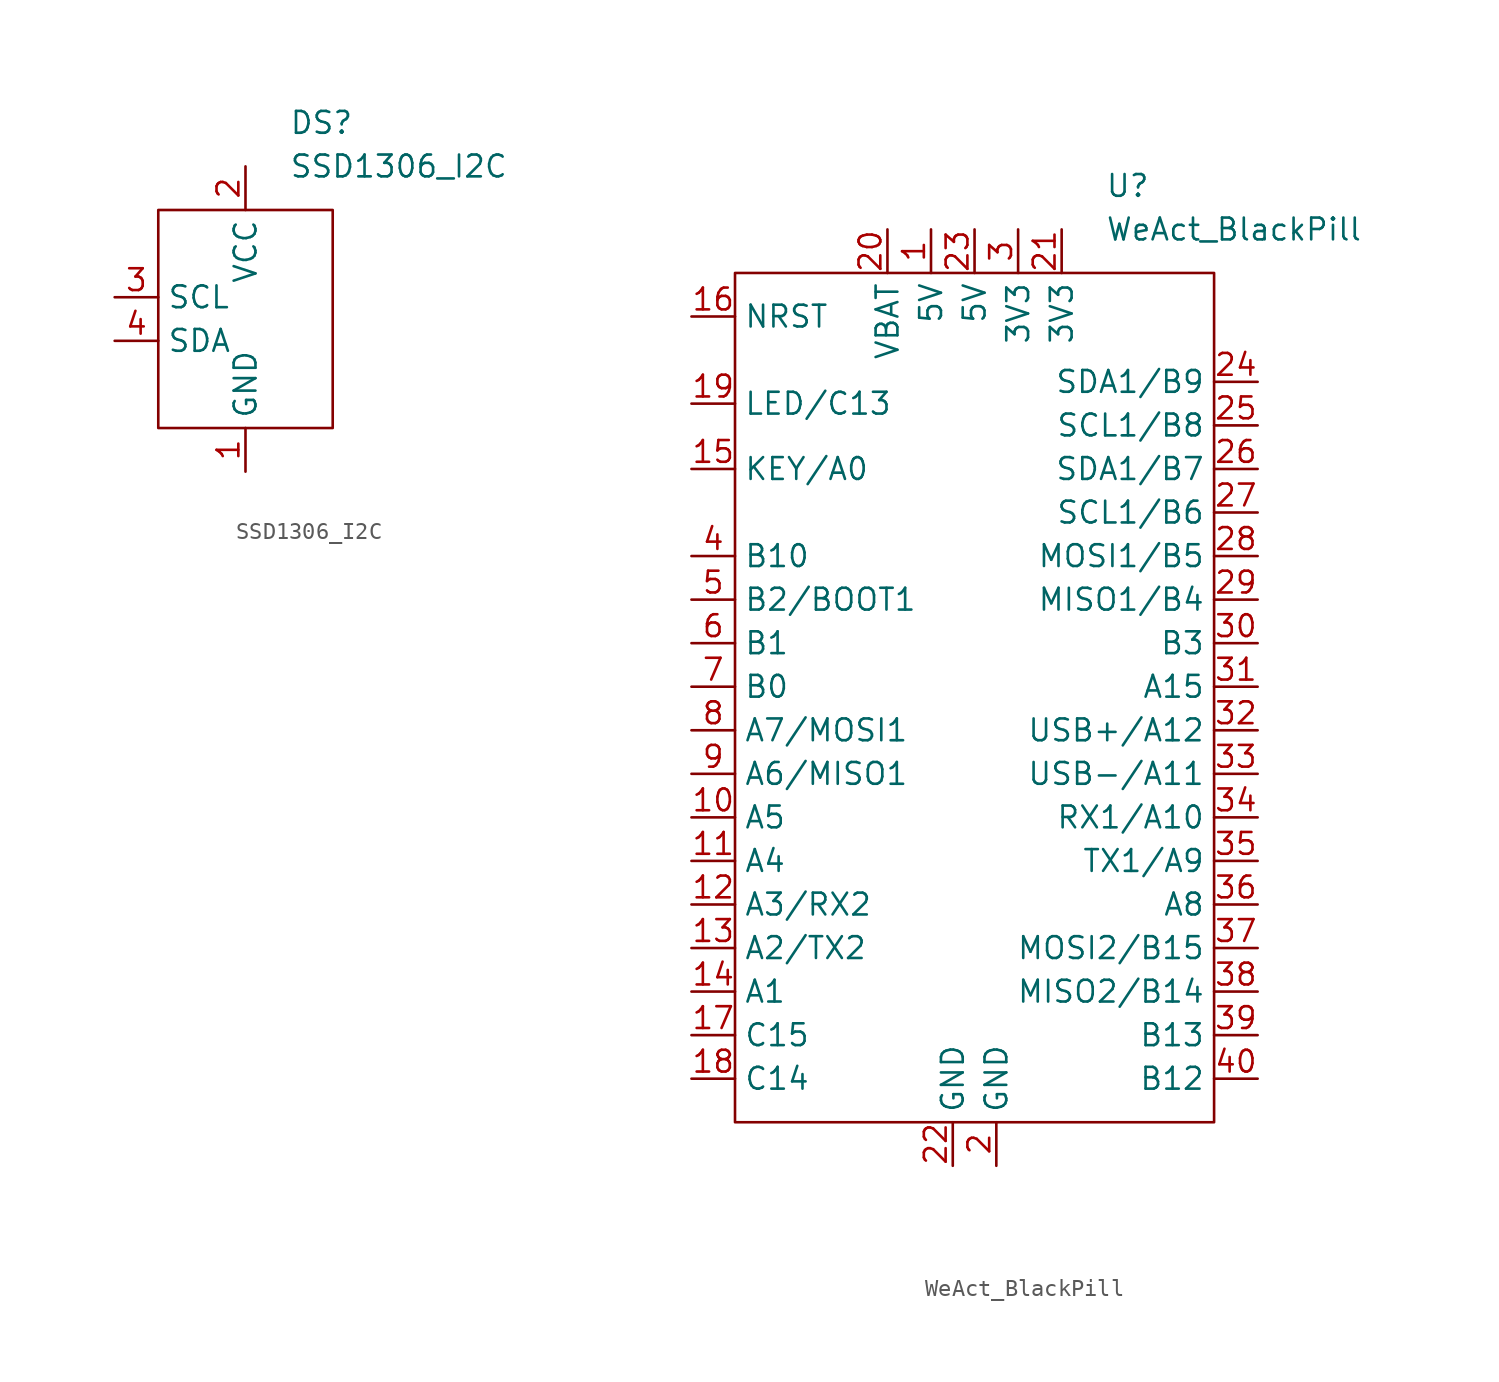
<source format=kicad_sym>
(kicad_symbol_lib
  (version 20211014)
  (generator kicad_symbol_editor)
  (symbol "SSD1306_I2C"
    (property "Reference" "DS"
      (at 2.54 11.43 0)
      (effects (font (size 1.27 1.27)) (justify left)))
    (property "Value" "SSD1306_I2C"
      (at 2.54 8.89 0)
      (effects (font (size 1.27 1.27)) (justify left)))
    (symbol "SSD1306_I2C_0_0"
      (pin power_in line (at 0 -8.89 90) (length 2.54) (name "GND" (effects (font (size 1.27 1.27)))) (number "1" (effects (font (size 1.27 1.27)))))
      (pin power_in line (at 0 8.89 270) (length 2.54) (name "VCC" (effects (font (size 1.27 1.27)))) (number "2" (effects (font (size 1.27 1.27)))))
      (pin bidirectional line (at -7.62 1.27 0) (length 2.54) (name "SCL" (effects (font (size 1.27 1.27)))) (number "3" (effects (font (size 1.27 1.27)))))
      (pin bidirectional line (at -7.62 -1.27 0) (length 2.54) (name "SDA" (effects (font (size 1.27 1.27)))) (number "4" (effects (font (size 1.27 1.27))))))
    (symbol "SSD1306_I2C_0_1"
      (rectangle (start -5.08 6.35) (end 5.08 -6.35) (stroke (width 0) (type default) (color 0 0 0 0)) (fill (type none)))))
  (symbol "WeAct_BlackPill"
    (property "Reference" "U"
      (at 7.62 31.75 0)
      (effects (font (size 1.27 1.27)) (justify left)))
    (property "Value" "WeAct_BlackPill"
      (at 7.62 29.21 0)
      (effects (font (size 1.27 1.27)) (justify left)))
    (symbol "WeAct_BlackPill_0_0"
      (pin power_in line (at -2.54 29.21 270) (length 2.54) (name "5V" (effects (font (size 1.27 1.27)))) (number "1" (effects (font (size 1.27 1.27)))))
      (pin bidirectional line (at -16.51 -5.08 0) (length 2.54) (name "A5" (effects (font (size 1.27 1.27)))) (number "10" (effects (font (size 1.27 1.27)))))
      (pin bidirectional line (at -16.51 -7.62 0) (length 2.54) (name "A4" (effects (font (size 1.27 1.27)))) (number "11" (effects (font (size 1.27 1.27)))))
      (pin bidirectional line (at -16.51 -10.16 0) (length 2.54) (name "A3/RX2" (effects (font (size 1.27 1.27)))) (number "12" (effects (font (size 1.27 1.27)))))
      (pin bidirectional line (at -16.51 -12.7 0) (length 2.54) (name "A2/TX2" (effects (font (size 1.27 1.27)))) (number "13" (effects (font (size 1.27 1.27)))))
      (pin bidirectional line (at -16.51 -15.24 0) (length 2.54) (name "A1" (effects (font (size 1.27 1.27)))) (number "14" (effects (font (size 1.27 1.27)))))
      (pin bidirectional line (at -16.51 15.24 0) (length 2.54) (name "KEY/A0" (effects (font (size 1.27 1.27)))) (number "15" (effects (font (size 1.27 1.27)))))
      (pin input line (at -16.51 24.13 0) (length 2.54) (name "NRST" (effects (font (size 1.27 1.27)))) (number "16" (effects (font (size 1.27 1.27)))))
      (pin bidirectional line (at -16.51 -17.78 0) (length 2.54) (name "C15" (effects (font (size 1.27 1.27)))) (number "17" (effects (font (size 1.27 1.27)))))
      (pin bidirectional line (at -16.51 -20.32 0) (length 2.54) (name "C14" (effects (font (size 1.27 1.27)))) (number "18" (effects (font (size 1.27 1.27)))))
      (pin bidirectional line (at -16.51 19.05 0) (length 2.54) (name "LED/C13" (effects (font (size 1.27 1.27)))) (number "19" (effects (font (size 1.27 1.27)))))
      (pin power_in line (at 1.27 -25.4 90) (length 2.54) (name "GND" (effects (font (size 1.27 1.27)))) (number "2" (effects (font (size 1.27 1.27)))))
      (pin power_in line (at -5.08 29.21 270) (length 2.54) (name "VBAT" (effects (font (size 1.27 1.27)))) (number "20" (effects (font (size 1.27 1.27)))))
      (pin power_in line (at 5.08 29.21 270) (length 2.54) (name "3V3" (effects (font (size 1.27 1.27)))) (number "21" (effects (font (size 1.27 1.27)))))
      (pin power_in line (at -1.27 -25.4 90) (length 2.54) (name "GND" (effects (font (size 1.27 1.27)))) (number "22" (effects (font (size 1.27 1.27)))))
      (pin power_in line (at 0 29.21 270) (length 2.54) (name "5V" (effects (font (size 1.27 1.27)))) (number "23" (effects (font (size 1.27 1.27)))))
      (pin bidirectional line (at 16.51 20.32 180) (length 2.54) (name "SDA1/B9" (effects (font (size 1.27 1.27)))) (number "24" (effects (font (size 1.27 1.27)))))
      (pin bidirectional line (at 16.51 17.78 180) (length 2.54) (name "SCL1/B8" (effects (font (size 1.27 1.27)))) (number "25" (effects (font (size 1.27 1.27)))))
      (pin bidirectional line (at 16.51 15.24 180) (length 2.54) (name "SDA1/B7" (effects (font (size 1.27 1.27)))) (number "26" (effects (font (size 1.27 1.27)))))
      (pin bidirectional line (at 16.51 12.7 180) (length 2.54) (name "SCL1/B6" (effects (font (size 1.27 1.27)))) (number "27" (effects (font (size 1.27 1.27)))))
      (pin bidirectional line (at 16.51 10.16 180) (length 2.54) (name "MOSI1/B5" (effects (font (size 1.27 1.27)))) (number "28" (effects (font (size 1.27 1.27)))))
      (pin bidirectional line (at 16.51 7.62 180) (length 2.54) (name "MISO1/B4" (effects (font (size 1.27 1.27)))) (number "29" (effects (font (size 1.27 1.27)))))
      (pin power_in line (at 2.54 29.21 270) (length 2.54) (name "3V3" (effects (font (size 1.27 1.27)))) (number "3" (effects (font (size 1.27 1.27)))))
      (pin bidirectional line (at 16.51 5.08 180) (length 2.54) (name "B3" (effects (font (size 1.27 1.27)))) (number "30" (effects (font (size 1.27 1.27)))))
      (pin bidirectional line (at 16.51 2.54 180) (length 2.54) (name "A15" (effects (font (size 1.27 1.27)))) (number "31" (effects (font (size 1.27 1.27)))))
      (pin bidirectional line (at 16.51 0 180) (length 2.54) (name "USB+/A12" (effects (font (size 1.27 1.27)))) (number "32" (effects (font (size 1.27 1.27)))))
      (pin bidirectional line (at 16.51 -2.54 180) (length 2.54) (name "USB-/A11" (effects (font (size 1.27 1.27)))) (number "33" (effects (font (size 1.27 1.27)))))
      (pin bidirectional line (at 16.51 -5.08 180) (length 2.54) (name "RX1/A10" (effects (font (size 1.27 1.27)))) (number "34" (effects (font (size 1.27 1.27)))))
      (pin bidirectional line (at 16.51 -7.62 180) (length 2.54) (name "TX1/A9" (effects (font (size 1.27 1.27)))) (number "35" (effects (font (size 1.27 1.27)))))
      (pin bidirectional line (at 16.51 -10.16 180) (length 2.54) (name "A8" (effects (font (size 1.27 1.27)))) (number "36" (effects (font (size 1.27 1.27)))))
      (pin bidirectional line (at 16.51 -12.7 180) (length 2.54) (name "MOSI2/B15" (effects (font (size 1.27 1.27)))) (number "37" (effects (font (size 1.27 1.27)))))
      (pin bidirectional line (at 16.51 -15.24 180) (length 2.54) (name "MISO2/B14" (effects (font (size 1.27 1.27)))) (number "38" (effects (font (size 1.27 1.27)))))
      (pin bidirectional line (at 16.51 -17.78 180) (length 2.54) (name "B13" (effects (font (size 1.27 1.27)))) (number "39" (effects (font (size 1.27 1.27)))))
      (pin bidirectional line (at -16.51 10.16 0) (length 2.54) (name "B10" (effects (font (size 1.27 1.27)))) (number "4" (effects (font (size 1.27 1.27)))))
      (pin bidirectional line (at 16.51 -20.32 180) (length 2.54) (name "B12" (effects (font (size 1.27 1.27)))) (number "40" (effects (font (size 1.27 1.27)))))
      (pin bidirectional line (at -16.51 7.62 0) (length 2.54) (name "B2/BOOT1" (effects (font (size 1.27 1.27)))) (number "5" (effects (font (size 1.27 1.27)))))
      (pin bidirectional line (at -16.51 5.08 0) (length 2.54) (name "B1" (effects (font (size 1.27 1.27)))) (number "6" (effects (font (size 1.27 1.27)))))
      (pin bidirectional line (at -16.51 2.54 0) (length 2.54) (name "B0" (effects (font (size 1.27 1.27)))) (number "7" (effects (font (size 1.27 1.27)))))
      (pin bidirectional line (at -16.51 0 0) (length 2.54) (name "A7/MOSI1" (effects (font (size 1.27 1.27)))) (number "8" (effects (font (size 1.27 1.27)))))
      (pin bidirectional line (at -16.51 -2.54 0) (length 2.54) (name "A6/MISO1" (effects (font (size 1.27 1.27)))) (number "9" (effects (font (size 1.27 1.27))))))
    (symbol "WeAct_BlackPill_0_1"
      (rectangle (start -13.97 26.67) (end 13.97 -22.86) (stroke (width 0) (type default) (color 0 0 0 0)) (fill (type none))))))
</source>
